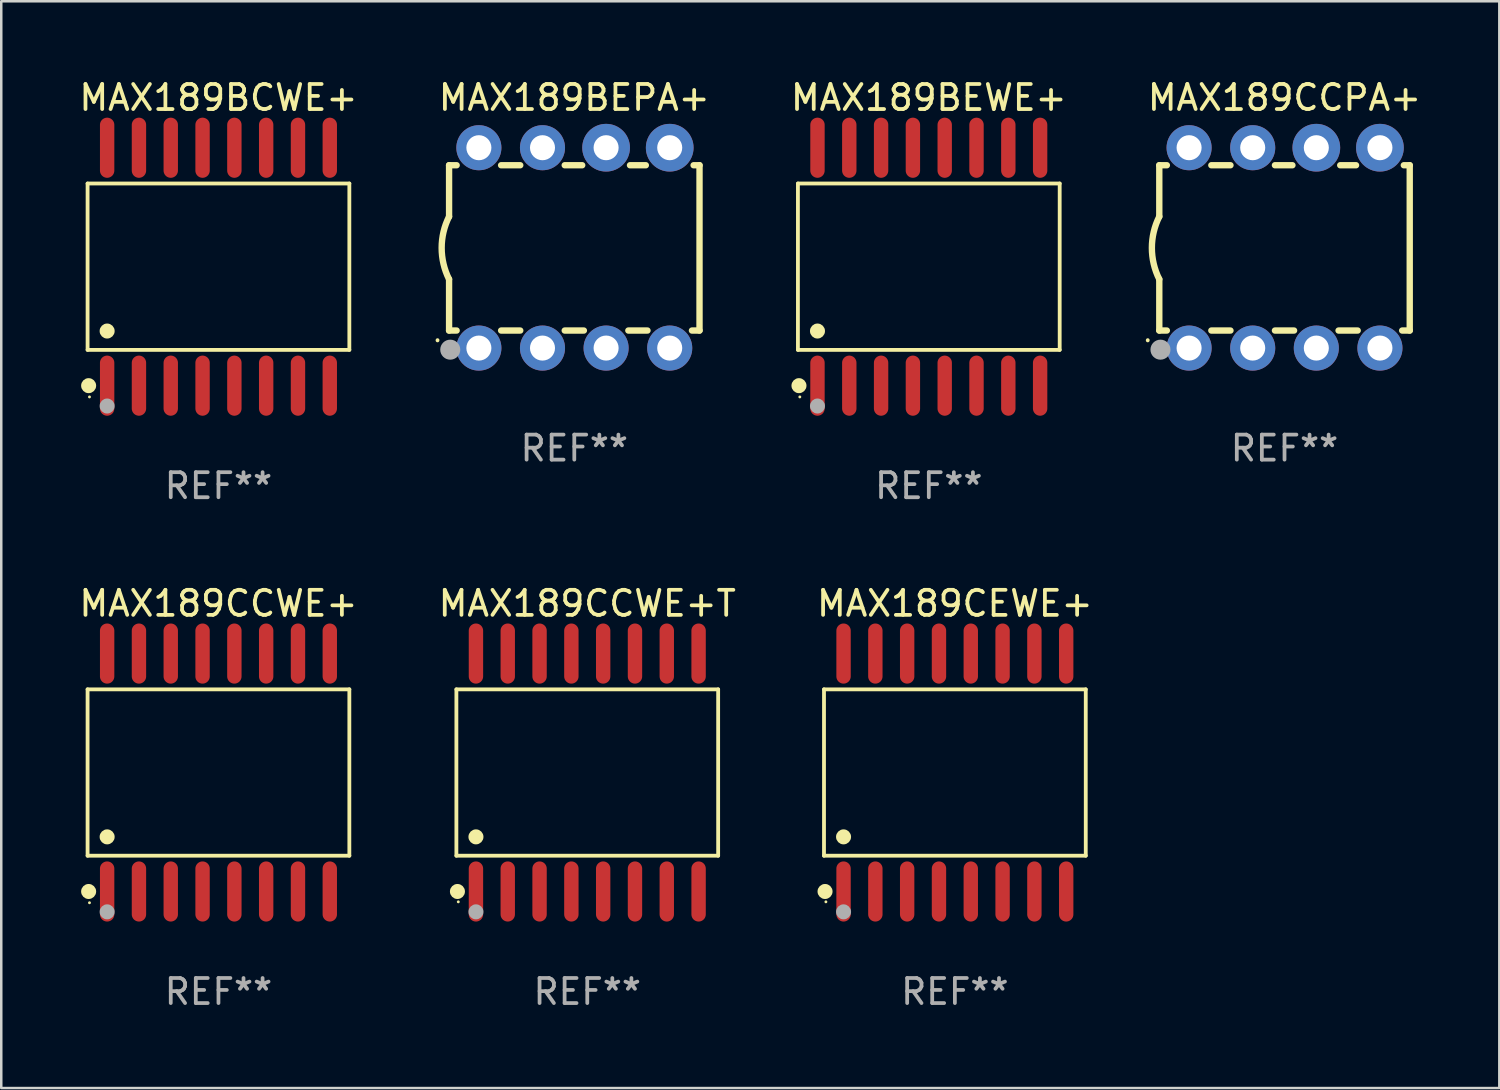
<source format=kicad_pcb>
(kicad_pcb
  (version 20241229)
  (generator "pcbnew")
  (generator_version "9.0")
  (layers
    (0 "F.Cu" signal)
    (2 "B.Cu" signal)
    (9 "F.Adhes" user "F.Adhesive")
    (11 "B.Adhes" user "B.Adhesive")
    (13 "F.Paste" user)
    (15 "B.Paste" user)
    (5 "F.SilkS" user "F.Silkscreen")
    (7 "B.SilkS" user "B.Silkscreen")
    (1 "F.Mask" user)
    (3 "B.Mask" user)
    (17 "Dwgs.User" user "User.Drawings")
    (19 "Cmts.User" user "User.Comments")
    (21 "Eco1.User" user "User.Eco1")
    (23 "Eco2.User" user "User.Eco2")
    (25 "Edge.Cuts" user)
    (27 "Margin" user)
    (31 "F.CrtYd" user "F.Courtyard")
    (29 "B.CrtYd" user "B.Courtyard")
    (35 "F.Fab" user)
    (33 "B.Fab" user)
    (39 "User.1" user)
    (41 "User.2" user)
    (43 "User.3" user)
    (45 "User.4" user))
  (footprint "MAX189CCWE+"
    (layer "F.Cu")
    (at 5.673 27.796)
    (property "Reference" "MAX189CCWE+" (at 0 -6.75 0) (layer "F.SilkS") (effects (font (size 1 1) (thickness 0.15))))
    (attr through_hole)
    (fp_line (start -5.226 -3.321) (end 5.226 -3.321) (stroke (width 0.152) (type solid)) (layer "F.SilkS"))
    (fp_line (start -5.226 3.321) (end -5.226 -3.321) (stroke (width 0.152) (type solid)) (layer "F.SilkS"))
    (fp_line (start 5.226 -3.321) (end 5.226 3.321) (stroke (width 0.152) (type solid)) (layer "F.SilkS"))
    (fp_line (start 5.226 3.321) (end -5.226 3.321) (stroke (width 0.152) (type solid)) (layer "F.SilkS"))
    (fp_circle (center -5.184 4.75) (end -5.034 4.75) (stroke (width 0.3) (type solid)) (fill no) (layer "F.SilkS"))
    (fp_circle (center -5.15 5.2) (end -5.12 5.2) (stroke (width 0.06) (type solid)) (fill no) (layer "F.SilkS"))
    (fp_circle (center -4.445 2.569) (end -4.295 2.569) (stroke (width 0.3) (type solid)) (fill no) (layer "F.SilkS"))
    (fp_circle (center -4.445 5.563) (end -4.295 5.563) (stroke (width 0.3) (type solid)) (fill no) (layer "F.Fab"))
    (fp_text user "REF**" (at 0 8.75 0) (layer "F.Fab") (effects (font (size 1 1) (thickness 0.15))))
    (pad "1" smd oval (at -4.445 4.75) (size 0.574 2.401) (layers "F.Cu" "F.Mask" "F.Paste"))
    (pad "2" smd oval (at -3.175 4.75) (size 0.574 2.401) (layers "F.Cu" "F.Mask" "F.Paste"))
    (pad "3" smd oval (at -1.905 4.75) (size 0.574 2.401) (layers "F.Cu" "F.Mask" "F.Paste"))
    (pad "4" smd oval (at -0.635 4.75) (size 0.574 2.401) (layers "F.Cu" "F.Mask" "F.Paste"))
    (pad "5" smd oval (at 0.635 4.75) (size 0.574 2.401) (layers "F.Cu" "F.Mask" "F.Paste"))
    (pad "6" smd oval (at 1.905 4.75) (size 0.574 2.401) (layers "F.Cu" "F.Mask" "F.Paste"))
    (pad "7" smd oval (at 3.175 4.75) (size 0.574 2.401) (layers "F.Cu" "F.Mask" "F.Paste"))
    (pad "8" smd oval (at 4.445 4.75) (size 0.574 2.401) (layers "F.Cu" "F.Mask" "F.Paste"))
    (pad "9" smd oval (at 4.445 -4.75) (size 0.574 2.401) (layers "F.Cu" "F.Mask" "F.Paste"))
    (pad "10" smd oval (at 3.175 -4.75) (size 0.574 2.401) (layers "F.Cu" "F.Mask" "F.Paste"))
    (pad "11" smd oval (at 1.905 -4.75) (size 0.574 2.401) (layers "F.Cu" "F.Mask" "F.Paste"))
    (pad "12" smd oval (at 0.635 -4.75) (size 0.574 2.401) (layers "F.Cu" "F.Mask" "F.Paste"))
    (pad "13" smd oval (at -0.635 -4.75) (size 0.574 2.401) (layers "F.Cu" "F.Mask" "F.Paste"))
    (pad "14" smd oval (at -1.905 -4.75) (size 0.574 2.401) (layers "F.Cu" "F.Mask" "F.Paste"))
    (pad "15" smd oval (at -3.175 -4.75) (size 0.574 2.401) (layers "F.Cu" "F.Mask" "F.Paste"))
    (pad "16" smd oval (at -4.445 -4.75) (size 0.574 2.401) (layers "F.Cu" "F.Mask" "F.Paste")))
  (footprint "MAX189BCWE+"
    (layer "F.Cu")
    (at 5.673 7.599)
    (property "Reference" "MAX189BCWE+" (at 0 -6.75 0) (layer "F.SilkS") (effects (font (size 1 1) (thickness 0.15))))
    (attr through_hole)
    (fp_line (start -5.226 -3.321) (end 5.226 -3.321) (stroke (width 0.152) (type solid)) (layer "F.SilkS"))
    (fp_line (start -5.226 3.321) (end -5.226 -3.321) (stroke (width 0.152) (type solid)) (layer "F.SilkS"))
    (fp_line (start 5.226 -3.321) (end 5.226 3.321) (stroke (width 0.152) (type solid)) (layer "F.SilkS"))
    (fp_line (start 5.226 3.321) (end -5.226 3.321) (stroke (width 0.152) (type solid)) (layer "F.SilkS"))
    (fp_circle (center -5.184 4.75) (end -5.034 4.75) (stroke (width 0.3) (type solid)) (fill no) (layer "F.SilkS"))
    (fp_circle (center -5.15 5.2) (end -5.12 5.2) (stroke (width 0.06) (type solid)) (fill no) (layer "F.SilkS"))
    (fp_circle (center -4.445 2.569) (end -4.295 2.569) (stroke (width 0.3) (type solid)) (fill no) (layer "F.SilkS"))
    (fp_circle (center -4.445 5.563) (end -4.295 5.563) (stroke (width 0.3) (type solid)) (fill no) (layer "F.Fab"))
    (fp_text user "REF**" (at 0 8.75 0) (layer "F.Fab") (effects (font (size 1 1) (thickness 0.15))))
    (pad "1" smd oval (at -4.445 4.75) (size 0.574 2.401) (layers "F.Cu" "F.Mask" "F.Paste"))
    (pad "2" smd oval (at -3.175 4.75) (size 0.574 2.401) (layers "F.Cu" "F.Mask" "F.Paste"))
    (pad "3" smd oval (at -1.905 4.75) (size 0.574 2.401) (layers "F.Cu" "F.Mask" "F.Paste"))
    (pad "4" smd oval (at -0.635 4.75) (size 0.574 2.401) (layers "F.Cu" "F.Mask" "F.Paste"))
    (pad "5" smd oval (at 0.635 4.75) (size 0.574 2.401) (layers "F.Cu" "F.Mask" "F.Paste"))
    (pad "6" smd oval (at 1.905 4.75) (size 0.574 2.401) (layers "F.Cu" "F.Mask" "F.Paste"))
    (pad "7" smd oval (at 3.175 4.75) (size 0.574 2.401) (layers "F.Cu" "F.Mask" "F.Paste"))
    (pad "8" smd oval (at 4.445 4.75) (size 0.574 2.401) (layers "F.Cu" "F.Mask" "F.Paste"))
    (pad "9" smd oval (at 4.445 -4.75) (size 0.574 2.401) (layers "F.Cu" "F.Mask" "F.Paste"))
    (pad "10" smd oval (at 3.175 -4.75) (size 0.574 2.401) (layers "F.Cu" "F.Mask" "F.Paste"))
    (pad "11" smd oval (at 1.905 -4.75) (size 0.574 2.401) (layers "F.Cu" "F.Mask" "F.Paste"))
    (pad "12" smd oval (at 0.635 -4.75) (size 0.574 2.401) (layers "F.Cu" "F.Mask" "F.Paste"))
    (pad "13" smd oval (at -0.635 -4.75) (size 0.574 2.401) (layers "F.Cu" "F.Mask" "F.Paste"))
    (pad "14" smd oval (at -1.905 -4.75) (size 0.574 2.401) (layers "F.Cu" "F.Mask" "F.Paste"))
    (pad "15" smd oval (at -3.175 -4.75) (size 0.574 2.401) (layers "F.Cu" "F.Mask" "F.Paste"))
    (pad "16" smd oval (at -4.445 -4.75) (size 0.574 2.401) (layers "F.Cu" "F.Mask" "F.Paste")))
  (footprint "MAX189BEPA+"
    (layer "F.Cu")
    (at 19.881 6.848)
    (property "Reference" "MAX189BEPA+" (at 0 -6 0) (layer "F.SilkS") (effects (font (size 1 1) (thickness 0.15))))
    (attr through_hole)
    (fp_line (start -5 -3.3) (end -5 -1.25) (stroke (width 0.254) (type solid)) (layer "F.SilkS"))
    (fp_line (start -5 -3.3) (end -4.698 -3.3) (stroke (width 0.254) (type solid)) (layer "F.SilkS"))
    (fp_line (start -5 3.3) (end -5 1.25) (stroke (width 0.254) (type solid)) (layer "F.SilkS"))
    (fp_line (start -5 3.3) (end -4.698 3.3) (stroke (width 0.254) (type solid)) (layer "F.SilkS"))
    (fp_line (start -2.922 -3.3) (end -2.158 -3.3) (stroke (width 0.254) (type solid)) (layer "F.SilkS"))
    (fp_line (start -2.922 3.3) (end -2.158 3.3) (stroke (width 0.254) (type solid)) (layer "F.SilkS"))
    (fp_line (start -0.382 -3.3) (end 0.316 -3.3) (stroke (width 0.254) (type solid)) (layer "F.SilkS"))
    (fp_line (start -0.382 3.3) (end 0.382 3.3) (stroke (width 0.254) (type solid)) (layer "F.SilkS"))
    (fp_line (start 2.158 3.3) (end 2.922 3.3) (stroke (width 0.254) (type solid)) (layer "F.SilkS"))
    (fp_line (start 2.224 -3.3) (end 2.856 -3.3) (stroke (width 0.254) (type solid)) (layer "F.SilkS"))
    (fp_line (start 4.698 3.3) (end 5 3.3) (stroke (width 0.254) (type solid)) (layer "F.SilkS"))
    (fp_line (start 4.764 -3.3) (end 5 -3.3) (stroke (width 0.254) (type solid)) (layer "F.SilkS"))
    (fp_line (start 5 -3.3) (end 5 3.3) (stroke (width 0.254) (type solid)) (layer "F.SilkS"))
    (fp_arc (start -5.46124 3.694259) (mid -5.461175 3.688632) (end -5.460986 3.683007) (stroke (width 0.149987) (type solid)) (layer "F.SilkS"))
    (fp_arc (start -5.00127 1.249682) (mid -5.295892 -0.000313) (end -5.000025 -1.250013) (stroke (width 0.254001) (type solid)) (layer "F.SilkS"))
    (fp_circle (center -4.795 4.237) (end -4.765 4.237) (stroke (width 0.06) (type solid)) (fill no) (layer "F.SilkS"))
    (fp_circle (center -4.953 4.064) (end -4.753 4.064) (stroke (width 0.4) (type solid)) (fill no) (layer "F.Fab"))
    (fp_text user "REF**" (at 0 8 0) (layer "F.Fab") (effects (font (size 1 1) (thickness 0.15))))
    (pad "1" thru_hole circle (at -3.81 4) (size 1.8 1.8) (drill 1) (layers "*.Cu" "*.Mask"))
    (pad "2" thru_hole circle (at -1.27 4) (size 1.8 1.8) (drill 1) (layers "*.Cu" "*.Mask"))
    (pad "3" thru_hole circle (at 1.27 4) (size 1.8 1.8) (drill 1) (layers "*.Cu" "*.Mask"))
    (pad "4" thru_hole circle (at 3.81 4) (size 1.8 1.8) (drill 1) (layers "*.Cu" "*.Mask"))
    (pad "5" thru_hole circle (at 3.81 -4) (size 1.905 1.905) (drill 1) (layers "*.Cu" "*.Mask"))
    (pad "6" thru_hole circle (at 1.27 -4) (size 1.905 1.905) (drill 1) (layers "*.Cu" "*.Mask"))
    (pad "7" thru_hole circle (at -1.27 -4) (size 1.8 1.8) (drill 1) (layers "*.Cu" "*.Mask"))
    (pad "8" thru_hole circle (at -3.81 -4) (size 1.8 1.8) (drill 1) (layers "*.Cu" "*.Mask")))
  (footprint "MAX189CCWE+T"
    (layer "F.Cu")
    (at 20.399 27.796)
    (property "Reference" "MAX189CCWE+T" (at 0 -6.75 0) (layer "F.SilkS") (effects (font (size 1 1) (thickness 0.15))))
    (attr through_hole)
    (fp_line (start -5.226 -3.321) (end 5.226 -3.321) (stroke (width 0.152) (type solid)) (layer "F.SilkS"))
    (fp_line (start -5.226 3.321) (end -5.226 -3.321) (stroke (width 0.152) (type solid)) (layer "F.SilkS"))
    (fp_line (start 5.226 -3.321) (end 5.226 3.321) (stroke (width 0.152) (type solid)) (layer "F.SilkS"))
    (fp_line (start 5.226 3.321) (end -5.226 3.321) (stroke (width 0.152) (type solid)) (layer "F.SilkS"))
    (fp_circle (center -5.184 4.75) (end -5.034 4.75) (stroke (width 0.3) (type solid)) (fill no) (layer "F.SilkS"))
    (fp_circle (center -5.15 5.163) (end -5.12 5.163) (stroke (width 0.06) (type solid)) (fill no) (layer "F.SilkS"))
    (fp_circle (center -4.445 2.569) (end -4.295 2.569) (stroke (width 0.3) (type solid)) (fill no) (layer "F.SilkS"))
    (fp_circle (center -4.445 5.563) (end -4.295 5.563) (stroke (width 0.3) (type solid)) (fill no) (layer "F.Fab"))
    (fp_text user "REF**" (at 0 8.75 0) (layer "F.Fab") (effects (font (size 1 1) (thickness 0.15))))
    (pad "1" smd oval (at -4.445 4.75) (size 0.574 2.401) (layers "F.Cu" "F.Mask" "F.Paste"))
    (pad "2" smd oval (at -3.175 4.75) (size 0.574 2.401) (layers "F.Cu" "F.Mask" "F.Paste"))
    (pad "3" smd oval (at -1.905 4.75) (size 0.574 2.401) (layers "F.Cu" "F.Mask" "F.Paste"))
    (pad "4" smd oval (at -0.635 4.75) (size 0.574 2.401) (layers "F.Cu" "F.Mask" "F.Paste"))
    (pad "5" smd oval (at 0.635 4.75) (size 0.574 2.401) (layers "F.Cu" "F.Mask" "F.Paste"))
    (pad "6" smd oval (at 1.905 4.75) (size 0.574 2.401) (layers "F.Cu" "F.Mask" "F.Paste"))
    (pad "7" smd oval (at 3.175 4.75) (size 0.574 2.401) (layers "F.Cu" "F.Mask" "F.Paste"))
    (pad "8" smd oval (at 4.445 4.75) (size 0.574 2.401) (layers "F.Cu" "F.Mask" "F.Paste"))
    (pad "9" smd oval (at 4.445 -4.75) (size 0.574 2.401) (layers "F.Cu" "F.Mask" "F.Paste"))
    (pad "10" smd oval (at 3.175 -4.75) (size 0.574 2.401) (layers "F.Cu" "F.Mask" "F.Paste"))
    (pad "11" smd oval (at 1.905 -4.75) (size 0.574 2.401) (layers "F.Cu" "F.Mask" "F.Paste"))
    (pad "12" smd oval (at 0.635 -4.75) (size 0.574 2.401) (layers "F.Cu" "F.Mask" "F.Paste"))
    (pad "13" smd oval (at -0.635 -4.75) (size 0.574 2.401) (layers "F.Cu" "F.Mask" "F.Paste"))
    (pad "14" smd oval (at -1.905 -4.75) (size 0.574 2.401) (layers "F.Cu" "F.Mask" "F.Paste"))
    (pad "15" smd oval (at -3.175 -4.75) (size 0.574 2.401) (layers "F.Cu" "F.Mask" "F.Paste"))
    (pad "16" smd oval (at -4.445 -4.75) (size 0.574 2.401) (layers "F.Cu" "F.Mask" "F.Paste")))
  (footprint "MAX189CEWE+"
    (layer "F.Cu")
    (at 35.077 27.796)
    (property "Reference" "MAX189CEWE+" (at 0 -6.75 0) (layer "F.SilkS") (effects (font (size 1 1) (thickness 0.15))))
    (attr through_hole)
    (fp_line (start -5.226 -3.321) (end 5.226 -3.321) (stroke (width 0.152) (type solid)) (layer "F.SilkS"))
    (fp_line (start -5.226 3.321) (end -5.226 -3.321) (stroke (width 0.152) (type solid)) (layer "F.SilkS"))
    (fp_line (start 5.226 -3.321) (end 5.226 3.321) (stroke (width 0.152) (type solid)) (layer "F.SilkS"))
    (fp_line (start 5.226 3.321) (end -5.226 3.321) (stroke (width 0.152) (type solid)) (layer "F.SilkS"))
    (fp_circle (center -5.184 4.75) (end -5.034 4.75) (stroke (width 0.3) (type solid)) (fill no) (layer "F.SilkS"))
    (fp_circle (center -5.15 5.163) (end -5.12 5.163) (stroke (width 0.06) (type solid)) (fill no) (layer "F.SilkS"))
    (fp_circle (center -4.445 2.569) (end -4.295 2.569) (stroke (width 0.3) (type solid)) (fill no) (layer "F.SilkS"))
    (fp_circle (center -4.445 5.563) (end -4.295 5.563) (stroke (width 0.3) (type solid)) (fill no) (layer "F.Fab"))
    (fp_text user "REF**" (at 0 8.75 0) (layer "F.Fab") (effects (font (size 1 1) (thickness 0.15))))
    (pad "1" smd oval (at -4.445 4.75) (size 0.574 2.401) (layers "F.Cu" "F.Mask" "F.Paste"))
    (pad "2" smd oval (at -3.175 4.75) (size 0.574 2.401) (layers "F.Cu" "F.Mask" "F.Paste"))
    (pad "3" smd oval (at -1.905 4.75) (size 0.574 2.401) (layers "F.Cu" "F.Mask" "F.Paste"))
    (pad "4" smd oval (at -0.635 4.75) (size 0.574 2.401) (layers "F.Cu" "F.Mask" "F.Paste"))
    (pad "5" smd oval (at 0.635 4.75) (size 0.574 2.401) (layers "F.Cu" "F.Mask" "F.Paste"))
    (pad "6" smd oval (at 1.905 4.75) (size 0.574 2.401) (layers "F.Cu" "F.Mask" "F.Paste"))
    (pad "7" smd oval (at 3.175 4.75) (size 0.574 2.401) (layers "F.Cu" "F.Mask" "F.Paste"))
    (pad "8" smd oval (at 4.445 4.75) (size 0.574 2.401) (layers "F.Cu" "F.Mask" "F.Paste"))
    (pad "9" smd oval (at 4.445 -4.75) (size 0.574 2.401) (layers "F.Cu" "F.Mask" "F.Paste"))
    (pad "10" smd oval (at 3.175 -4.75) (size 0.574 2.401) (layers "F.Cu" "F.Mask" "F.Paste"))
    (pad "11" smd oval (at 1.905 -4.75) (size 0.574 2.401) (layers "F.Cu" "F.Mask" "F.Paste"))
    (pad "12" smd oval (at 0.635 -4.75) (size 0.574 2.401) (layers "F.Cu" "F.Mask" "F.Paste"))
    (pad "13" smd oval (at -0.635 -4.75) (size 0.574 2.401) (layers "F.Cu" "F.Mask" "F.Paste"))
    (pad "14" smd oval (at -1.905 -4.75) (size 0.574 2.401) (layers "F.Cu" "F.Mask" "F.Paste"))
    (pad "15" smd oval (at -3.175 -4.75) (size 0.574 2.401) (layers "F.Cu" "F.Mask" "F.Paste"))
    (pad "16" smd oval (at -4.445 -4.75) (size 0.574 2.401) (layers "F.Cu" "F.Mask" "F.Paste")))
  (footprint "MAX189BEWE+"
    (layer "F.Cu")
    (at 34.036 7.599)
    (property "Reference" "MAX189BEWE+" (at 0 -6.75 0) (layer "F.SilkS") (effects (font (size 1 1) (thickness 0.15))))
    (attr through_hole)
    (fp_line (start -5.226 -3.321) (end 5.226 -3.321) (stroke (width 0.152) (type solid)) (layer "F.SilkS"))
    (fp_line (start -5.226 3.321) (end -5.226 -3.321) (stroke (width 0.152) (type solid)) (layer "F.SilkS"))
    (fp_line (start 5.226 -3.321) (end 5.226 3.321) (stroke (width 0.152) (type solid)) (layer "F.SilkS"))
    (fp_line (start 5.226 3.321) (end -5.226 3.321) (stroke (width 0.152) (type solid)) (layer "F.SilkS"))
    (fp_circle (center -5.184 4.75) (end -5.034 4.75) (stroke (width 0.3) (type solid)) (fill no) (layer "F.SilkS"))
    (fp_circle (center -5.15 5.2) (end -5.12 5.2) (stroke (width 0.06) (type solid)) (fill no) (layer "F.SilkS"))
    (fp_circle (center -4.445 2.569) (end -4.295 2.569) (stroke (width 0.3) (type solid)) (fill no) (layer "F.SilkS"))
    (fp_circle (center -4.445 5.563) (end -4.295 5.563) (stroke (width 0.3) (type solid)) (fill no) (layer "F.Fab"))
    (fp_text user "REF**" (at 0 8.75 0) (layer "F.Fab") (effects (font (size 1 1) (thickness 0.15))))
    (pad "1" smd oval (at -4.445 4.75) (size 0.574 2.401) (layers "F.Cu" "F.Mask" "F.Paste"))
    (pad "2" smd oval (at -3.175 4.75) (size 0.574 2.401) (layers "F.Cu" "F.Mask" "F.Paste"))
    (pad "3" smd oval (at -1.905 4.75) (size 0.574 2.401) (layers "F.Cu" "F.Mask" "F.Paste"))
    (pad "4" smd oval (at -0.635 4.75) (size 0.574 2.401) (layers "F.Cu" "F.Mask" "F.Paste"))
    (pad "5" smd oval (at 0.635 4.75) (size 0.574 2.401) (layers "F.Cu" "F.Mask" "F.Paste"))
    (pad "6" smd oval (at 1.905 4.75) (size 0.574 2.401) (layers "F.Cu" "F.Mask" "F.Paste"))
    (pad "7" smd oval (at 3.175 4.75) (size 0.574 2.401) (layers "F.Cu" "F.Mask" "F.Paste"))
    (pad "8" smd oval (at 4.445 4.75) (size 0.574 2.401) (layers "F.Cu" "F.Mask" "F.Paste"))
    (pad "9" smd oval (at 4.445 -4.75) (size 0.574 2.401) (layers "F.Cu" "F.Mask" "F.Paste"))
    (pad "10" smd oval (at 3.175 -4.75) (size 0.574 2.401) (layers "F.Cu" "F.Mask" "F.Paste"))
    (pad "11" smd oval (at 1.905 -4.75) (size 0.574 2.401) (layers "F.Cu" "F.Mask" "F.Paste"))
    (pad "12" smd oval (at 0.635 -4.75) (size 0.574 2.401) (layers "F.Cu" "F.Mask" "F.Paste"))
    (pad "13" smd oval (at -0.635 -4.75) (size 0.574 2.401) (layers "F.Cu" "F.Mask" "F.Paste"))
    (pad "14" smd oval (at -1.905 -4.75) (size 0.574 2.401) (layers "F.Cu" "F.Mask" "F.Paste"))
    (pad "15" smd oval (at -3.175 -4.75) (size 0.574 2.401) (layers "F.Cu" "F.Mask" "F.Paste"))
    (pad "16" smd oval (at -4.445 -4.75) (size 0.574 2.401) (layers "F.Cu" "F.Mask" "F.Paste")))
  (footprint "MAX189CCPA+"
    (layer "F.Cu")
    (at 48.239 6.848)
    (property "Reference" "MAX189CCPA+" (at 0 -6 0) (layer "F.SilkS") (effects (font (size 1 1) (thickness 0.15))))
    (attr through_hole)
    (fp_line (start -5 -3.3) (end -5 -1.25) (stroke (width 0.254) (type solid)) (layer "F.SilkS"))
    (fp_line (start -5 -3.3) (end -4.698 -3.3) (stroke (width 0.254) (type solid)) (layer "F.SilkS"))
    (fp_line (start -5 3.3) (end -5 1.25) (stroke (width 0.254) (type solid)) (layer "F.SilkS"))
    (fp_line (start -5 3.3) (end -4.698 3.3) (stroke (width 0.254) (type solid)) (layer "F.SilkS"))
    (fp_line (start -2.922 -3.3) (end -2.158 -3.3) (stroke (width 0.254) (type solid)) (layer "F.SilkS"))
    (fp_line (start -2.922 3.3) (end -2.158 3.3) (stroke (width 0.254) (type solid)) (layer "F.SilkS"))
    (fp_line (start -0.382 -3.3) (end 0.316 -3.3) (stroke (width 0.254) (type solid)) (layer "F.SilkS"))
    (fp_line (start -0.382 3.3) (end 0.382 3.3) (stroke (width 0.254) (type solid)) (layer "F.SilkS"))
    (fp_line (start 2.158 3.3) (end 2.922 3.3) (stroke (width 0.254) (type solid)) (layer "F.SilkS"))
    (fp_line (start 2.224 -3.3) (end 2.856 -3.3) (stroke (width 0.254) (type solid)) (layer "F.SilkS"))
    (fp_line (start 4.698 3.3) (end 5 3.3) (stroke (width 0.254) (type solid)) (layer "F.SilkS"))
    (fp_line (start 4.764 -3.3) (end 5 -3.3) (stroke (width 0.254) (type solid)) (layer "F.SilkS"))
    (fp_line (start 5 -3.3) (end 5 3.3) (stroke (width 0.254) (type solid)) (layer "F.SilkS"))
    (fp_arc (start -5.46124 3.694259) (mid -5.461175 3.688632) (end -5.460986 3.683007) (stroke (width 0.149987) (type solid)) (layer "F.SilkS"))
    (fp_arc (start -5.00127 1.249682) (mid -5.295892 -0.000313) (end -5.000025 -1.250013) (stroke (width 0.254001) (type solid)) (layer "F.SilkS"))
    (fp_circle (center -4.795 4.237) (end -4.765 4.237) (stroke (width 0.06) (type solid)) (fill no) (layer "F.SilkS"))
    (fp_circle (center -4.953 4.064) (end -4.753 4.064) (stroke (width 0.4) (type solid)) (fill no) (layer "F.Fab"))
    (fp_text user "REF**" (at 0 8 0) (layer "F.Fab") (effects (font (size 1 1) (thickness 0.15))))
    (pad "1" thru_hole circle (at -3.81 4) (size 1.8 1.8) (drill 1) (layers "*.Cu" "*.Mask"))
    (pad "2" thru_hole circle (at -1.27 4) (size 1.8 1.8) (drill 1) (layers "*.Cu" "*.Mask"))
    (pad "3" thru_hole circle (at 1.27 4) (size 1.8 1.8) (drill 1) (layers "*.Cu" "*.Mask"))
    (pad "4" thru_hole circle (at 3.81 4) (size 1.8 1.8) (drill 1) (layers "*.Cu" "*.Mask"))
    (pad "5" thru_hole circle (at 3.81 -4) (size 1.905 1.905) (drill 1) (layers "*.Cu" "*.Mask"))
    (pad "6" thru_hole circle (at 1.27 -4) (size 1.905 1.905) (drill 1) (layers "*.Cu" "*.Mask"))
    (pad "7" thru_hole circle (at -1.27 -4) (size 1.8 1.8) (drill 1) (layers "*.Cu" "*.Mask"))
    (pad "8" thru_hole circle (at -3.81 -4) (size 1.8 1.8) (drill 1) (layers "*.Cu" "*.Mask")))
  (gr_rect
    (start -3 -3)
    (end 56.816 40.394)
    (stroke (width 0.1) (type default))
    (fill no)
    (layer "Edge.Cuts")))
</source>
